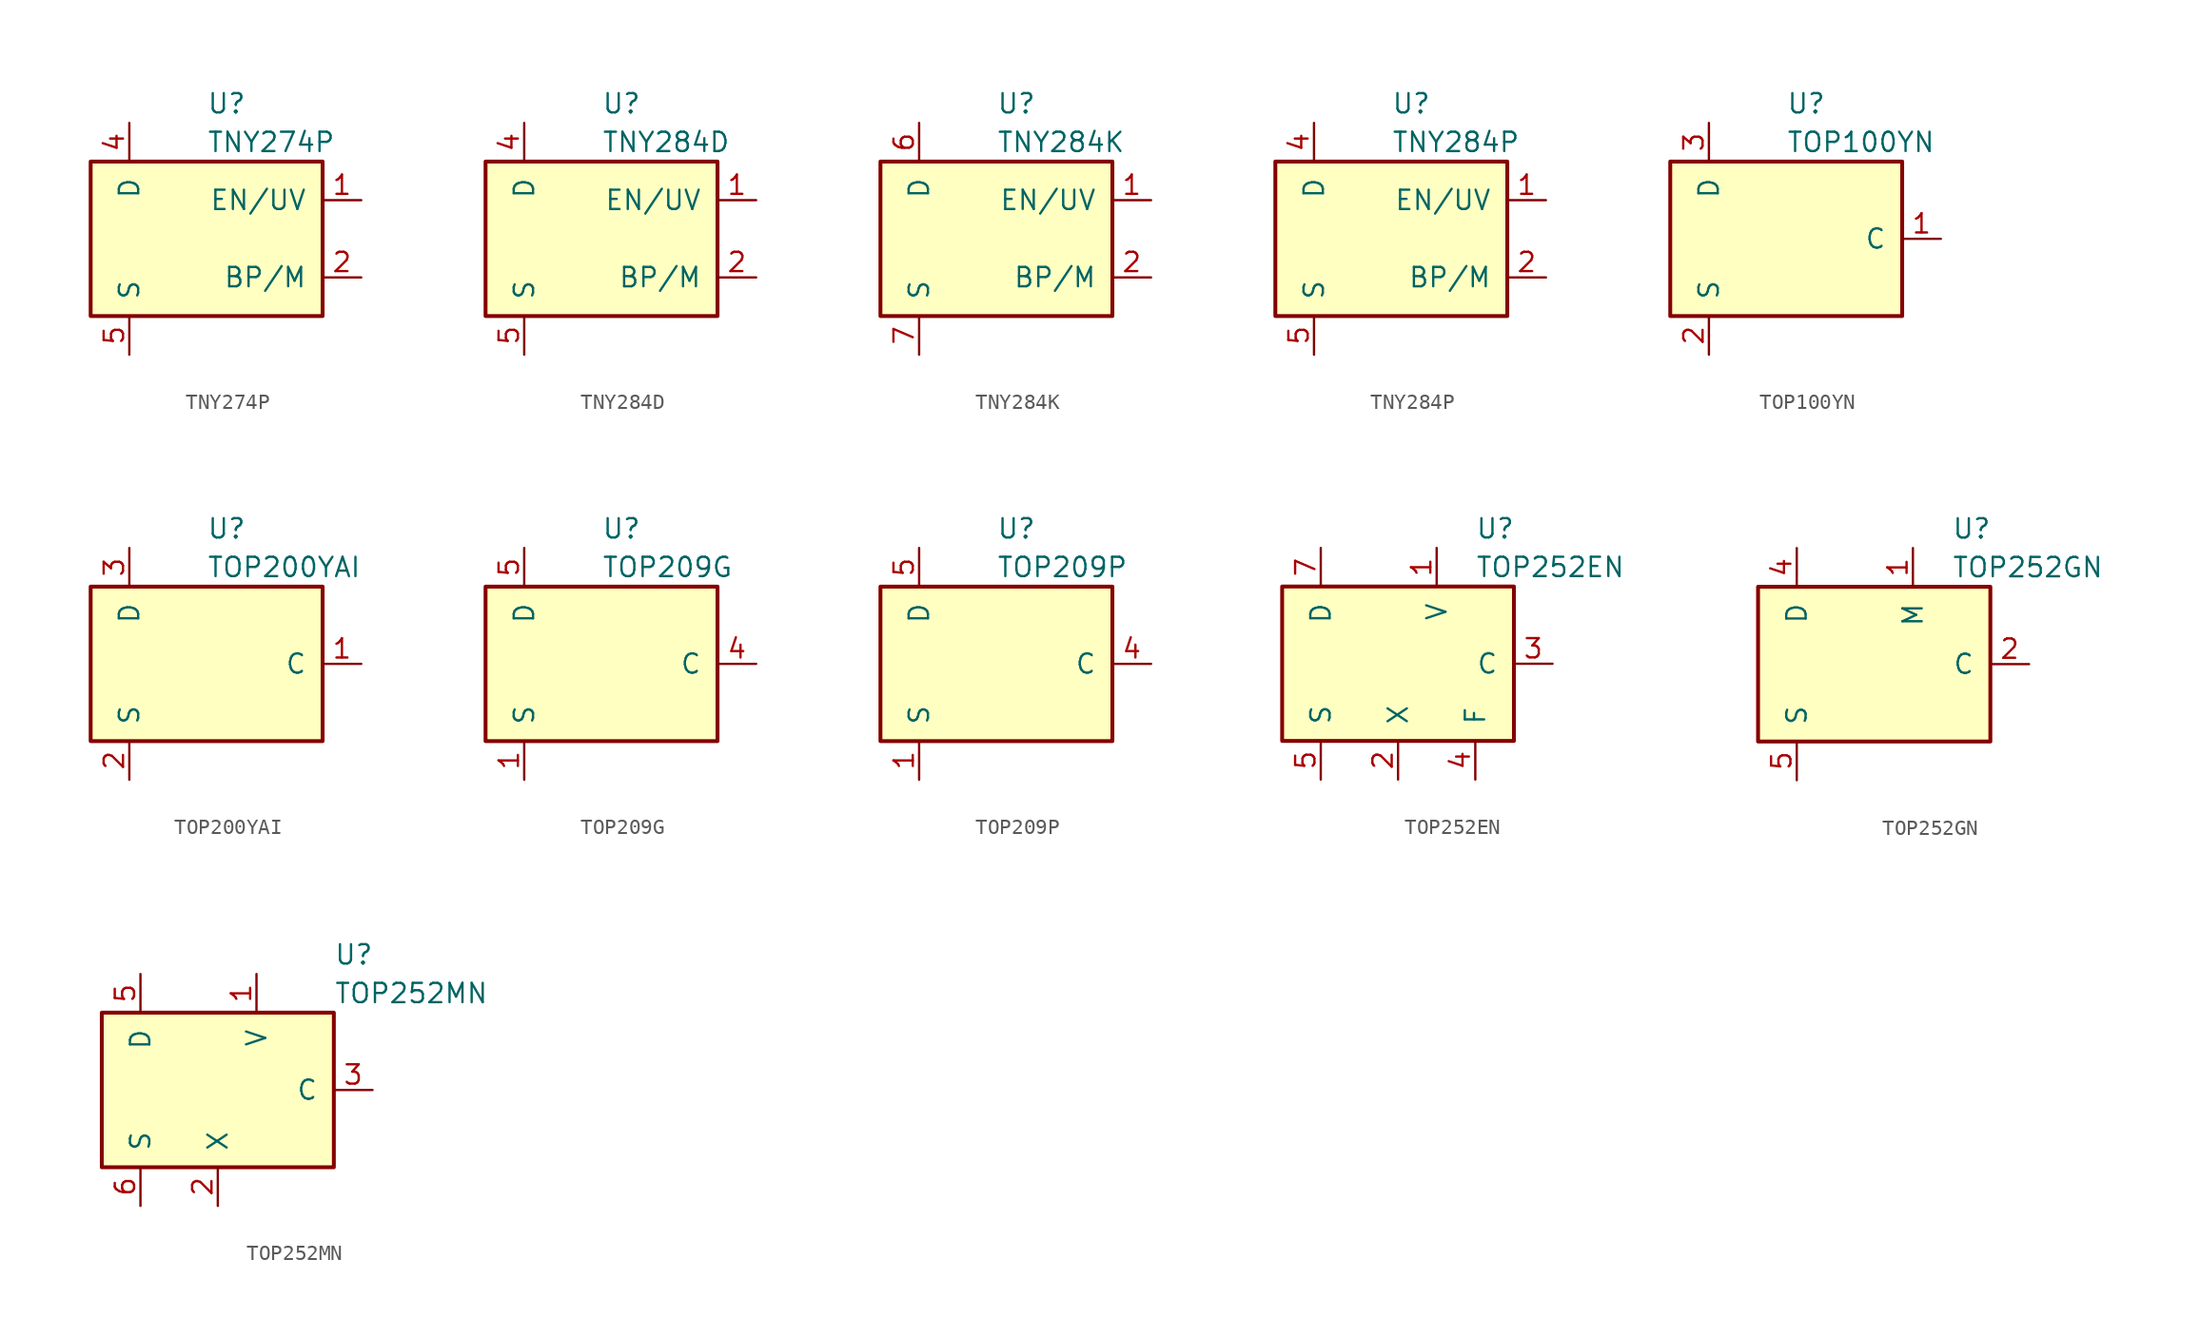
<source format=kicad_sym>
(kicad_symbol_lib
  (version 20211014)
  (generator kicad_symbol_editor)
  (symbol "TNY274P"
    (pin_names
      (offset 1.016))
    (property "Reference" "U"
      (at 0 8.89 0)
      (effects (font (size 1.27 1.27)) (justify left)))
    (property "Value" "TNY274P"
      (at 0 6.35 0)
      (effects (font (size 1.27 1.27)) (justify left)))
    (symbol "TNY274P_0_1"
      (rectangle (start -7.62 5.08) (end 7.62 -5.08) (stroke (width 0.254) (type default) (color 0 0 0 0)) (fill (type background))))
    (symbol "TNY274P_1_1"
      (pin input line (at 10.16 2.54 180) (length 2.54) (name "EN/UV" (effects (font (size 1.27 1.27)))) (number "1" (effects (font (size 1.27 1.27)))))
      (pin input line (at 10.16 -2.54 180) (length 2.54) (name "BP/M" (effects (font (size 1.27 1.27)))) (number "2" (effects (font (size 1.27 1.27)))))
      (pin open_collector line (at -5.08 7.62 270) (length 2.54) (name "D" (effects (font (size 1.27 1.27)))) (number "4" (effects (font (size 1.27 1.27)))))
      (pin open_emitter line (at -5.08 -7.62 90) (length 2.54) (name "S" (effects (font (size 1.27 1.27)))) (number "5" (effects (font (size 1.27 1.27)))))
      (pin open_emitter line (at -5.08 -7.62 90) (length 2.54) hide (name "S" (effects (font (size 1.27 1.27)))) (number "6" (effects (font (size 1.27 1.27)))))
      (pin open_emitter line (at -5.08 -7.62 90) (length 2.54) hide (name "S" (effects (font (size 1.27 1.27)))) (number "7" (effects (font (size 1.27 1.27)))))
      (pin open_emitter line (at -5.08 -7.62 90) (length 2.54) hide (name "S" (effects (font (size 1.27 1.27)))) (number "8" (effects (font (size 1.27 1.27)))))))
  (symbol "TNY284D"
    (pin_names
      (offset 1.016))
    (property "Reference" "U"
      (at 0 8.89 0)
      (effects (font (size 1.27 1.27)) (justify left)))
    (property "Value" "TNY284D"
      (at 0 6.35 0)
      (effects (font (size 1.27 1.27)) (justify left)))
    (symbol "TNY284D_0_1"
      (rectangle (start -7.62 5.08) (end 7.62 -5.08) (stroke (width 0.254) (type default) (color 0 0 0 0)) (fill (type background))))
    (symbol "TNY284D_1_1"
      (pin input line (at 10.16 2.54 180) (length 2.54) (name "EN/UV" (effects (font (size 1.27 1.27)))) (number "1" (effects (font (size 1.27 1.27)))))
      (pin input line (at 10.16 -2.54 180) (length 2.54) (name "BP/M" (effects (font (size 1.27 1.27)))) (number "2" (effects (font (size 1.27 1.27)))))
      (pin open_collector line (at -5.08 7.62 270) (length 2.54) (name "D" (effects (font (size 1.27 1.27)))) (number "4" (effects (font (size 1.27 1.27)))))
      (pin open_emitter line (at -5.08 -7.62 90) (length 2.54) (name "S" (effects (font (size 1.27 1.27)))) (number "5" (effects (font (size 1.27 1.27)))))
      (pin open_emitter line (at -5.08 -7.62 90) (length 2.54) hide (name "S" (effects (font (size 1.27 1.27)))) (number "6" (effects (font (size 1.27 1.27)))))
      (pin open_emitter line (at -5.08 -7.62 90) (length 2.54) hide (name "S" (effects (font (size 1.27 1.27)))) (number "7" (effects (font (size 1.27 1.27)))))
      (pin open_emitter line (at -5.08 -7.62 90) (length 2.54) hide (name "S" (effects (font (size 1.27 1.27)))) (number "8" (effects (font (size 1.27 1.27)))))))
  (symbol "TNY284K"
    (pin_names
      (offset 1.016))
    (property "Reference" "U"
      (at 0 8.89 0)
      (effects (font (size 1.27 1.27)) (justify left)))
    (property "Value" "TNY284K"
      (at 0 6.35 0)
      (effects (font (size 1.27 1.27)) (justify left)))
    (symbol "TNY284K_0_1"
      (rectangle (start -7.62 5.08) (end 7.62 -5.08) (stroke (width 0.254) (type default) (color 0 0 0 0)) (fill (type background))))
    (symbol "TNY284K_1_1"
      (pin input line (at 10.16 2.54 180) (length 2.54) (name "EN/UV" (effects (font (size 1.27 1.27)))) (number "1" (effects (font (size 1.27 1.27)))))
      (pin open_emitter line (at -5.08 -7.62 90) (length 2.54) hide (name "S" (effects (font (size 1.27 1.27)))) (number "10" (effects (font (size 1.27 1.27)))))
      (pin open_emitter line (at -5.08 -7.62 90) (length 2.54) hide (name "S" (effects (font (size 1.27 1.27)))) (number "11" (effects (font (size 1.27 1.27)))))
      (pin open_emitter line (at -5.08 -7.62 90) (length 2.54) hide (name "S" (effects (font (size 1.27 1.27)))) (number "12" (effects (font (size 1.27 1.27)))))
      (pin open_emitter line (at -5.08 -7.62 90) (length 2.54) hide (name "S" (effects (font (size 1.27 1.27)))) (number "13" (effects (font (size 1.27 1.27)))))
      (pin input line (at 10.16 -2.54 180) (length 2.54) (name "BP/M" (effects (font (size 1.27 1.27)))) (number "2" (effects (font (size 1.27 1.27)))))
      (pin no_connect line (at -2.54 5.08 270) (length 2.54) hide (name "NC" (effects (font (size 1.27 1.27)))) (number "3" (effects (font (size 1.27 1.27)))))
      (pin no_connect line (at 0 5.08 270) (length 2.54) hide (name "NC" (effects (font (size 1.27 1.27)))) (number "4" (effects (font (size 1.27 1.27)))))
      (pin open_collector line (at -5.08 7.62 270) (length 2.54) (name "D" (effects (font (size 1.27 1.27)))) (number "6" (effects (font (size 1.27 1.27)))))
      (pin open_emitter line (at -5.08 -7.62 90) (length 2.54) (name "S" (effects (font (size 1.27 1.27)))) (number "7" (effects (font (size 1.27 1.27)))))
      (pin open_emitter line (at -5.08 -7.62 90) (length 2.54) hide (name "S" (effects (font (size 1.27 1.27)))) (number "8" (effects (font (size 1.27 1.27)))))
      (pin open_emitter line (at -5.08 -7.62 90) (length 2.54) hide (name "S" (effects (font (size 1.27 1.27)))) (number "9" (effects (font (size 1.27 1.27)))))))
  (symbol "TNY284P"
    (pin_names
      (offset 1.016))
    (property "Reference" "U"
      (at 0 8.89 0)
      (effects (font (size 1.27 1.27)) (justify left)))
    (property "Value" "TNY284P"
      (at 0 6.35 0)
      (effects (font (size 1.27 1.27)) (justify left)))
    (symbol "TNY284P_0_1"
      (rectangle (start -7.62 5.08) (end 7.62 -5.08) (stroke (width 0.254) (type default) (color 0 0 0 0)) (fill (type background))))
    (symbol "TNY284P_1_1"
      (pin input line (at 10.16 2.54 180) (length 2.54) (name "EN/UV" (effects (font (size 1.27 1.27)))) (number "1" (effects (font (size 1.27 1.27)))))
      (pin input line (at 10.16 -2.54 180) (length 2.54) (name "BP/M" (effects (font (size 1.27 1.27)))) (number "2" (effects (font (size 1.27 1.27)))))
      (pin open_collector line (at -5.08 7.62 270) (length 2.54) (name "D" (effects (font (size 1.27 1.27)))) (number "4" (effects (font (size 1.27 1.27)))))
      (pin open_emitter line (at -5.08 -7.62 90) (length 2.54) (name "S" (effects (font (size 1.27 1.27)))) (number "5" (effects (font (size 1.27 1.27)))))
      (pin open_emitter line (at -5.08 -7.62 90) (length 2.54) hide (name "S" (effects (font (size 1.27 1.27)))) (number "6" (effects (font (size 1.27 1.27)))))
      (pin open_emitter line (at -5.08 -7.62 90) (length 2.54) hide (name "S" (effects (font (size 1.27 1.27)))) (number "7" (effects (font (size 1.27 1.27)))))
      (pin open_emitter line (at -5.08 -7.62 90) (length 2.54) hide (name "S" (effects (font (size 1.27 1.27)))) (number "8" (effects (font (size 1.27 1.27)))))))
  (symbol "TOP100YN"
    (pin_names
      (offset 1.016))
    (property "Reference" "U"
      (at 0 8.89 0)
      (effects (font (size 1.27 1.27)) (justify left)))
    (property "Value" "TOP100YN"
      (at 0 6.35 0)
      (effects (font (size 1.27 1.27)) (justify left)))
    (symbol "TOP100YN_0_1"
      (rectangle (start -7.62 5.08) (end 7.62 -5.08) (stroke (width 0.254) (type default) (color 0 0 0 0)) (fill (type background))))
    (symbol "TOP100YN_1_1"
      (pin input line (at 10.16 0 180) (length 2.54) (name "C" (effects (font (size 1.27 1.27)))) (number "1" (effects (font (size 1.27 1.27)))))
      (pin open_emitter line (at -5.08 -7.62 90) (length 2.54) (name "S" (effects (font (size 1.27 1.27)))) (number "2" (effects (font (size 1.27 1.27)))))
      (pin open_collector line (at -5.08 7.62 270) (length 2.54) (name "D" (effects (font (size 1.27 1.27)))) (number "3" (effects (font (size 1.27 1.27)))))))
  (symbol "TOP200YAI"
    (pin_names
      (offset 1.016))
    (property "Reference" "U"
      (at 0 8.89 0)
      (effects (font (size 1.27 1.27)) (justify left)))
    (property "Value" "TOP200YAI"
      (at 0 6.35 0)
      (effects (font (size 1.27 1.27)) (justify left)))
    (symbol "TOP200YAI_0_1"
      (rectangle (start -7.62 5.08) (end 7.62 -5.08) (stroke (width 0.254) (type default) (color 0 0 0 0)) (fill (type background))))
    (symbol "TOP200YAI_1_1"
      (pin input line (at 10.16 0 180) (length 2.54) (name "C" (effects (font (size 1.27 1.27)))) (number "1" (effects (font (size 1.27 1.27)))))
      (pin open_emitter line (at -5.08 -7.62 90) (length 2.54) (name "S" (effects (font (size 1.27 1.27)))) (number "2" (effects (font (size 1.27 1.27)))))
      (pin open_collector line (at -5.08 7.62 270) (length 2.54) (name "D" (effects (font (size 1.27 1.27)))) (number "3" (effects (font (size 1.27 1.27)))))))
  (symbol "TOP209G"
    (pin_names
      (offset 1.016))
    (property "Reference" "U"
      (at 0 8.89 0)
      (effects (font (size 1.27 1.27)) (justify left)))
    (property "Value" "TOP209G"
      (at 0 6.35 0)
      (effects (font (size 1.27 1.27)) (justify left)))
    (symbol "TOP209G_0_1"
      (rectangle (start -7.62 5.08) (end 7.62 -5.08) (stroke (width 0.254) (type default) (color 0 0 0 0)) (fill (type background))))
    (symbol "TOP209G_1_1"
      (pin open_emitter line (at -5.08 -7.62 90) (length 2.54) (name "S" (effects (font (size 1.27 1.27)))) (number "1" (effects (font (size 1.27 1.27)))))
      (pin no_connect line (at -2.54 -5.08 90) (length 2.54) hide (name "NC" (effects (font (size 1.27 1.27)))) (number "2" (effects (font (size 1.27 1.27)))))
      (pin no_connect line (at 0 -5.08 90) (length 2.54) hide (name "NC" (effects (font (size 1.27 1.27)))) (number "3" (effects (font (size 1.27 1.27)))))
      (pin input line (at 10.16 0 180) (length 2.54) (name "C" (effects (font (size 1.27 1.27)))) (number "4" (effects (font (size 1.27 1.27)))))
      (pin open_collector line (at -5.08 7.62 270) (length 2.54) (name "D" (effects (font (size 1.27 1.27)))) (number "5" (effects (font (size 1.27 1.27)))))
      (pin no_connect line (at 2.54 -5.08 90) (length 2.54) hide (name "NC" (effects (font (size 1.27 1.27)))) (number "6" (effects (font (size 1.27 1.27)))))
      (pin no_connect line (at 5.08 -5.08 90) (length 2.54) hide (name "NC" (effects (font (size 1.27 1.27)))) (number "7" (effects (font (size 1.27 1.27)))))
      (pin open_emitter line (at -5.08 -7.62 90) (length 2.54) hide (name "S" (effects (font (size 1.27 1.27)))) (number "8" (effects (font (size 1.27 1.27)))))))
  (symbol "TOP209P"
    (pin_names
      (offset 1.016))
    (property "Reference" "U"
      (at 0 8.89 0)
      (effects (font (size 1.27 1.27)) (justify left)))
    (property "Value" "TOP209P"
      (at 0 6.35 0)
      (effects (font (size 1.27 1.27)) (justify left)))
    (symbol "TOP209P_0_1"
      (rectangle (start -7.62 5.08) (end 7.62 -5.08) (stroke (width 0.254) (type default) (color 0 0 0 0)) (fill (type background))))
    (symbol "TOP209P_1_1"
      (pin open_emitter line (at -5.08 -7.62 90) (length 2.54) (name "S" (effects (font (size 1.27 1.27)))) (number "1" (effects (font (size 1.27 1.27)))))
      (pin no_connect line (at -2.54 -5.08 90) (length 2.54) hide (name "NC" (effects (font (size 1.27 1.27)))) (number "2" (effects (font (size 1.27 1.27)))))
      (pin no_connect line (at 0 -5.08 90) (length 2.54) hide (name "NC" (effects (font (size 1.27 1.27)))) (number "3" (effects (font (size 1.27 1.27)))))
      (pin input line (at 10.16 0 180) (length 2.54) (name "C" (effects (font (size 1.27 1.27)))) (number "4" (effects (font (size 1.27 1.27)))))
      (pin open_collector line (at -5.08 7.62 270) (length 2.54) (name "D" (effects (font (size 1.27 1.27)))) (number "5" (effects (font (size 1.27 1.27)))))
      (pin no_connect line (at 2.54 -5.08 90) (length 2.54) hide (name "NC" (effects (font (size 1.27 1.27)))) (number "6" (effects (font (size 1.27 1.27)))))
      (pin no_connect line (at 5.08 -5.08 90) (length 2.54) hide (name "NC" (effects (font (size 1.27 1.27)))) (number "7" (effects (font (size 1.27 1.27)))))
      (pin open_emitter line (at -5.08 -7.62 90) (length 2.54) hide (name "S" (effects (font (size 1.27 1.27)))) (number "8" (effects (font (size 1.27 1.27)))))))
  (symbol "TOP252EN"
    (pin_names
      (offset 1.016))
    (property "Reference" "U"
      (at 5.08 8.89 0)
      (effects (font (size 1.27 1.27)) (justify left)))
    (property "Value" "TOP252EN"
      (at 5.08 6.35 0)
      (effects (font (size 1.27 1.27)) (justify left)))
    (symbol "TOP252EN_0_1"
      (rectangle (start -7.62 5.08) (end 7.62 -5.08) (stroke (width 0.254) (type default) (color 0 0 0 0)) (fill (type background))))
    (symbol "TOP252EN_1_1"
      (pin input line (at 2.54 7.62 270) (length 2.54) (name "V" (effects (font (size 1.27 1.27)))) (number "1" (effects (font (size 1.27 1.27)))))
      (pin input line (at 0 -7.62 90) (length 2.54) (name "X" (effects (font (size 1.27 1.27)))) (number "2" (effects (font (size 1.27 1.27)))))
      (pin input line (at 10.16 0 180) (length 2.54) (name "C" (effects (font (size 1.27 1.27)))) (number "3" (effects (font (size 1.27 1.27)))))
      (pin passive line (at 5.08 -7.62 90) (length 2.54) (name "F" (effects (font (size 1.27 1.27)))) (number "4" (effects (font (size 1.27 1.27)))))
      (pin open_emitter line (at -5.08 -7.62 90) (length 2.54) (name "S" (effects (font (size 1.27 1.27)))) (number "5" (effects (font (size 1.27 1.27)))))
      (pin open_collector line (at -5.08 7.62 270) (length 2.54) (name "D" (effects (font (size 1.27 1.27)))) (number "7" (effects (font (size 1.27 1.27)))))))
  (symbol "TOP252GN"
    (pin_names
      (offset 1.016))
    (property "Reference" "U"
      (at 5.08 8.89 0)
      (effects (font (size 1.27 1.27)) (justify left)))
    (property "Value" "TOP252GN"
      (at 5.08 6.35 0)
      (effects (font (size 1.27 1.27)) (justify left)))
    (symbol "TOP252GN_0_1"
      (rectangle (start -7.62 5.08) (end 7.62 -5.08) (stroke (width 0.254) (type default) (color 0 0 0 0)) (fill (type background))))
    (symbol "TOP252GN_1_1"
      (pin input line (at 2.54 7.62 270) (length 2.54) (name "M" (effects (font (size 1.27 1.27)))) (number "1" (effects (font (size 1.27 1.27)))))
      (pin input line (at 10.16 0 180) (length 2.54) (name "C" (effects (font (size 1.27 1.27)))) (number "2" (effects (font (size 1.27 1.27)))))
      (pin open_collector line (at -5.08 7.62 270) (length 2.54) (name "D" (effects (font (size 1.27 1.27)))) (number "4" (effects (font (size 1.27 1.27)))))
      (pin open_emitter line (at -5.08 -7.62 90) (length 2.54) (name "S" (effects (font (size 1.27 1.27)))) (number "5" (effects (font (size 1.27 1.27)))))
      (pin open_emitter line (at -5.08 -7.62 90) (length 2.54) hide (name "S" (effects (font (size 1.27 1.27)))) (number "6" (effects (font (size 1.27 1.27)))))
      (pin open_emitter line (at -5.08 -7.62 90) (length 2.54) hide (name "S" (effects (font (size 1.27 1.27)))) (number "7" (effects (font (size 1.27 1.27)))))
      (pin open_emitter line (at -5.08 -7.62 90) (length 2.54) hide (name "S" (effects (font (size 1.27 1.27)))) (number "8" (effects (font (size 1.27 1.27)))))))
  (symbol "TOP252MN"
    (pin_names
      (offset 1.016))
    (property "Reference" "U"
      (at 7.62 8.89 0)
      (effects (font (size 1.27 1.27)) (justify left)))
    (property "Value" "TOP252MN"
      (at 7.62 6.35 0)
      (effects (font (size 1.27 1.27)) (justify left)))
    (symbol "TOP252MN_0_1"
      (rectangle (start -7.62 5.08) (end 7.62 -5.08) (stroke (width 0.254) (type default) (color 0 0 0 0)) (fill (type background))))
    (symbol "TOP252MN_1_1"
      (pin input line (at 2.54 7.62 270) (length 2.54) (name "V" (effects (font (size 1.27 1.27)))) (number "1" (effects (font (size 1.27 1.27)))))
      (pin open_emitter line (at -5.08 -7.62 90) (length 2.54) hide (name "S" (effects (font (size 1.27 1.27)))) (number "10" (effects (font (size 1.27 1.27)))))
      (pin input line (at 0 -7.62 90) (length 2.54) (name "X" (effects (font (size 1.27 1.27)))) (number "2" (effects (font (size 1.27 1.27)))))
      (pin input line (at 10.16 0 180) (length 2.54) (name "C" (effects (font (size 1.27 1.27)))) (number "3" (effects (font (size 1.27 1.27)))))
      (pin open_collector line (at -5.08 7.62 270) (length 2.54) (name "D" (effects (font (size 1.27 1.27)))) (number "5" (effects (font (size 1.27 1.27)))))
      (pin open_emitter line (at -5.08 -7.62 90) (length 2.54) (name "S" (effects (font (size 1.27 1.27)))) (number "6" (effects (font (size 1.27 1.27)))))
      (pin open_emitter line (at -5.08 -7.62 90) (length 2.54) hide (name "S" (effects (font (size 1.27 1.27)))) (number "7" (effects (font (size 1.27 1.27)))))
      (pin open_emitter line (at -5.08 -7.62 90) (length 2.54) hide (name "S" (effects (font (size 1.27 1.27)))) (number "8" (effects (font (size 1.27 1.27)))))
      (pin open_emitter line (at -5.08 -7.62 90) (length 2.54) hide (name "S" (effects (font (size 1.27 1.27)))) (number "9" (effects (font (size 1.27 1.27))))))))
</source>
